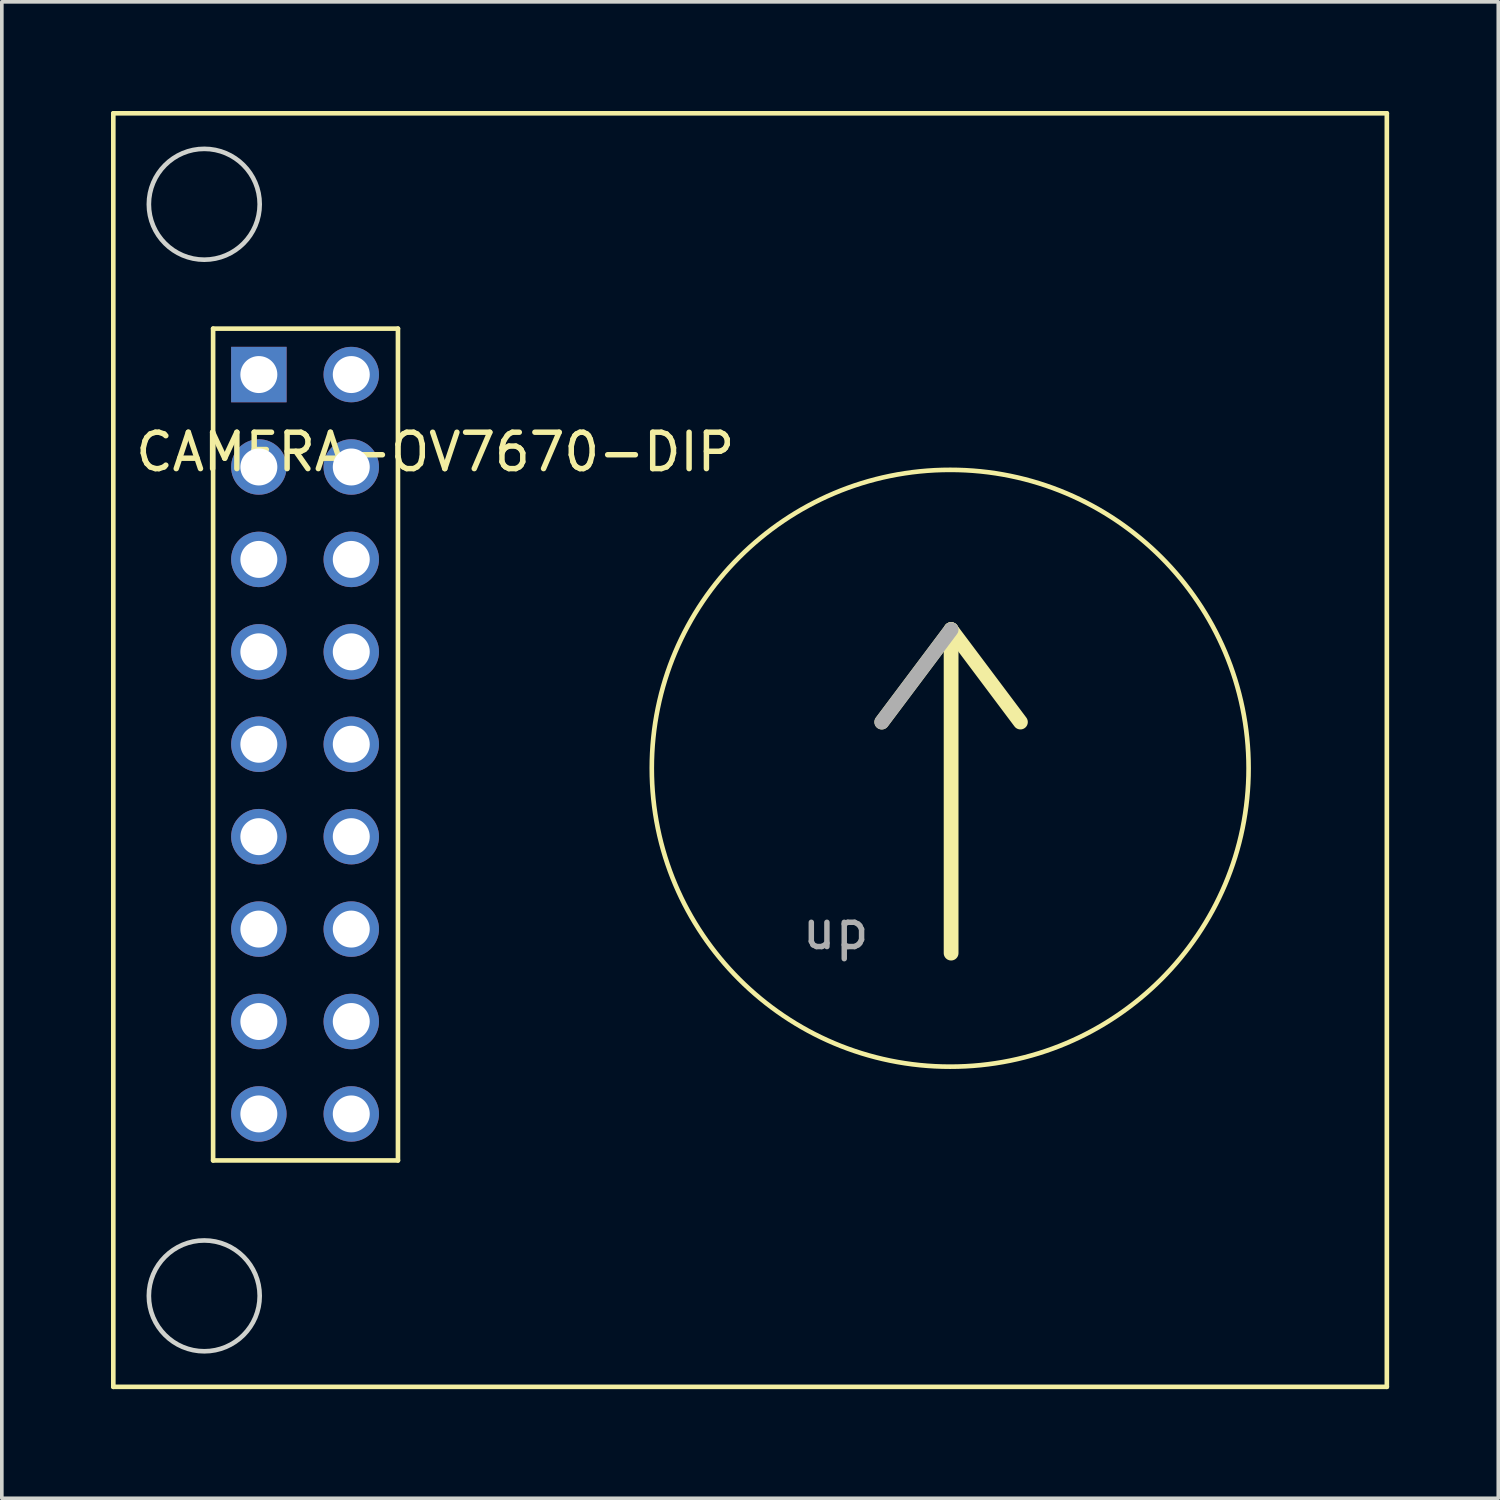
<source format=kicad_pcb>
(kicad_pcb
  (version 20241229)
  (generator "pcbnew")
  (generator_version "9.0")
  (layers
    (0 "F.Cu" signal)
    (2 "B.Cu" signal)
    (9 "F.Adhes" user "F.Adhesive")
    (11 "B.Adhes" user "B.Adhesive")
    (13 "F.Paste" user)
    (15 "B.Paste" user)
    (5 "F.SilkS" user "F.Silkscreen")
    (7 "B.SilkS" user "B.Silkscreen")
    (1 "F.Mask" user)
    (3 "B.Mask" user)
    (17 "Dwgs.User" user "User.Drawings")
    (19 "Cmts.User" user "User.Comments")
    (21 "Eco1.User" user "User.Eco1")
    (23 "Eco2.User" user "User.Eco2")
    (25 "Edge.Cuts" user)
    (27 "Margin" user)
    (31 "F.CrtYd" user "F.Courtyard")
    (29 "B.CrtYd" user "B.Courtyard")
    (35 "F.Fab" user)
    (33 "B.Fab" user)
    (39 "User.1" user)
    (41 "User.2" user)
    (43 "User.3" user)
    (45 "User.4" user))
  (footprint "CAMERA-OV7670-DIP"
    (layer "F.Cu")
    (at 17.564 17.564)
    (property "Reference" "CAMERA-OV7670-DIP" (at -8.652 -8.19 180) (layer "F.SilkS") (effects (font (size 1 1) (thickness 0.15))))
    (attr through_hole)
    (fp_line (start -17.5 -17.5) (end 17.5 -17.5) (stroke (width 0.127) (type solid)) (layer "F.SilkS"))
    (fp_line (start -17.5 17.5) (end -17.5 -17.5) (stroke (width 0.127) (type solid)) (layer "F.SilkS"))
    (fp_line (start -14.757 -11.582) (end -14.757 11.278) (stroke (width 0.127) (type solid)) (layer "F.SilkS"))
    (fp_line (start -14.757 -11.582) (end -9.677 -11.582) (stroke (width 0.127) (type solid)) (layer "F.SilkS"))
    (fp_line (start -14.757 11.278) (end -9.677 11.278) (stroke (width 0.127) (type solid)) (layer "F.SilkS"))
    (fp_line (start -9.677 -11.582) (end -9.677 11.278) (stroke (width 0.127) (type solid)) (layer "F.SilkS"))
    (fp_line (start 3.62 -0.77) (end 5.525 -3.31) (stroke (width 0.406) (type solid)) (layer "F.SilkS"))
    (fp_line (start 5.525 -3.31) (end 7.43 -0.77) (stroke (width 0.406) (type solid)) (layer "F.SilkS"))
    (fp_line (start 5.525 5.58) (end 5.525 -3.31) (stroke (width 0.406) (type solid)) (layer "F.SilkS"))
    (fp_line (start 17.5 -17.5) (end 17.5 17.5) (stroke (width 0.127) (type solid)) (layer "F.SilkS"))
    (fp_line (start 17.5 17.5) (end -17.5 17.5) (stroke (width 0.127) (type solid)) (layer "F.SilkS"))
    (fp_circle (center 5.5 0.5) (end 13.701 0.5) (stroke (width 0.127) (type solid)) (fill no) (layer "F.SilkS"))
    (fp_circle (center -15 -15) (end -13.477 -15) (stroke (width 0.127) (type solid)) (fill no) (layer "Edge.Cuts"))
    (fp_circle (center -15 15) (end -13.477 15) (stroke (width 0.127) (type solid)) (fill no) (layer "Edge.Cuts"))
    (fp_line (start 5.525 -3.31) (end 3.62 -0.77) (stroke (width 0.406) (type solid)) (layer "F.Fab"))
    (fp_text user "up" (at 2.35 4.945 0) (layer "F.Fab") (effects (font (size 1 1) (thickness 0.15))))
    (pad "1" thru_hole circle (at -13.5 10) (size 1.524 1.524) (drill 1.016) (layers "*.Cu" "*.Mask"))
    (pad "2" thru_hole circle (at -13.5 7.46) (size 1.524 1.524) (drill 1.016) (layers "*.Cu" "*.Mask"))
    (pad "3" thru_hole circle (at -13.5 4.92) (size 1.524 1.524) (drill 1.016) (layers "*.Cu" "*.Mask"))
    (pad "4" thru_hole circle (at -13.5 2.38) (size 1.524 1.524) (drill 1.016) (layers "*.Cu" "*.Mask"))
    (pad "5" thru_hole circle (at -13.5 -0.16) (size 1.524 1.524) (drill 1.016) (layers "*.Cu" "*.Mask"))
    (pad "6" thru_hole circle (at -13.5 -2.7) (size 1.524 1.524) (drill 1.016) (layers "*.Cu" "*.Mask"))
    (pad "7" thru_hole circle (at -13.5 -5.24) (size 1.524 1.524) (drill 1.016) (layers "*.Cu" "*.Mask"))
    (pad "8" thru_hole circle (at -13.5 -7.78) (size 1.524 1.524) (drill 1.016) (layers "*.Cu" "*.Mask"))
    (pad "9" thru_hole rect (at -13.5 -10.32) (size 1.524 1.524) (drill 1.016) (layers "*.Cu" "*.Mask"))
    (pad "10" thru_hole circle (at -10.96 -10.32) (size 1.524 1.524) (drill 1.016) (layers "*.Cu" "*.Mask"))
    (pad "11" thru_hole circle (at -10.96 -7.78) (size 1.524 1.524) (drill 1.016) (layers "*.Cu" "*.Mask"))
    (pad "12" thru_hole circle (at -10.96 -5.24) (size 1.524 1.524) (drill 1.016) (layers "*.Cu" "*.Mask"))
    (pad "13" thru_hole circle (at -10.96 -2.7) (size 1.524 1.524) (drill 1.016) (layers "*.Cu" "*.Mask"))
    (pad "14" thru_hole circle (at -10.96 -0.16) (size 1.524 1.524) (drill 1.016) (layers "*.Cu" "*.Mask"))
    (pad "15" thru_hole circle (at -10.96 2.38) (size 1.524 1.524) (drill 1.016) (layers "*.Cu" "*.Mask"))
    (pad "16" thru_hole circle (at -10.96 4.92) (size 1.524 1.524) (drill 1.016) (layers "*.Cu" "*.Mask"))
    (pad "17" thru_hole circle (at -10.96 7.46) (size 1.524 1.524) (drill 1.016) (layers "*.Cu" "*.Mask"))
    (pad "18" thru_hole circle (at -10.96 10) (size 1.524 1.524) (drill 1.016) (layers "*.Cu" "*.Mask")))
  (gr_rect
    (start -3 -3)
    (end 38.127 38.127)
    (stroke (width 0.1) (type default))
    (fill no)
    (layer "Edge.Cuts")))
</source>
